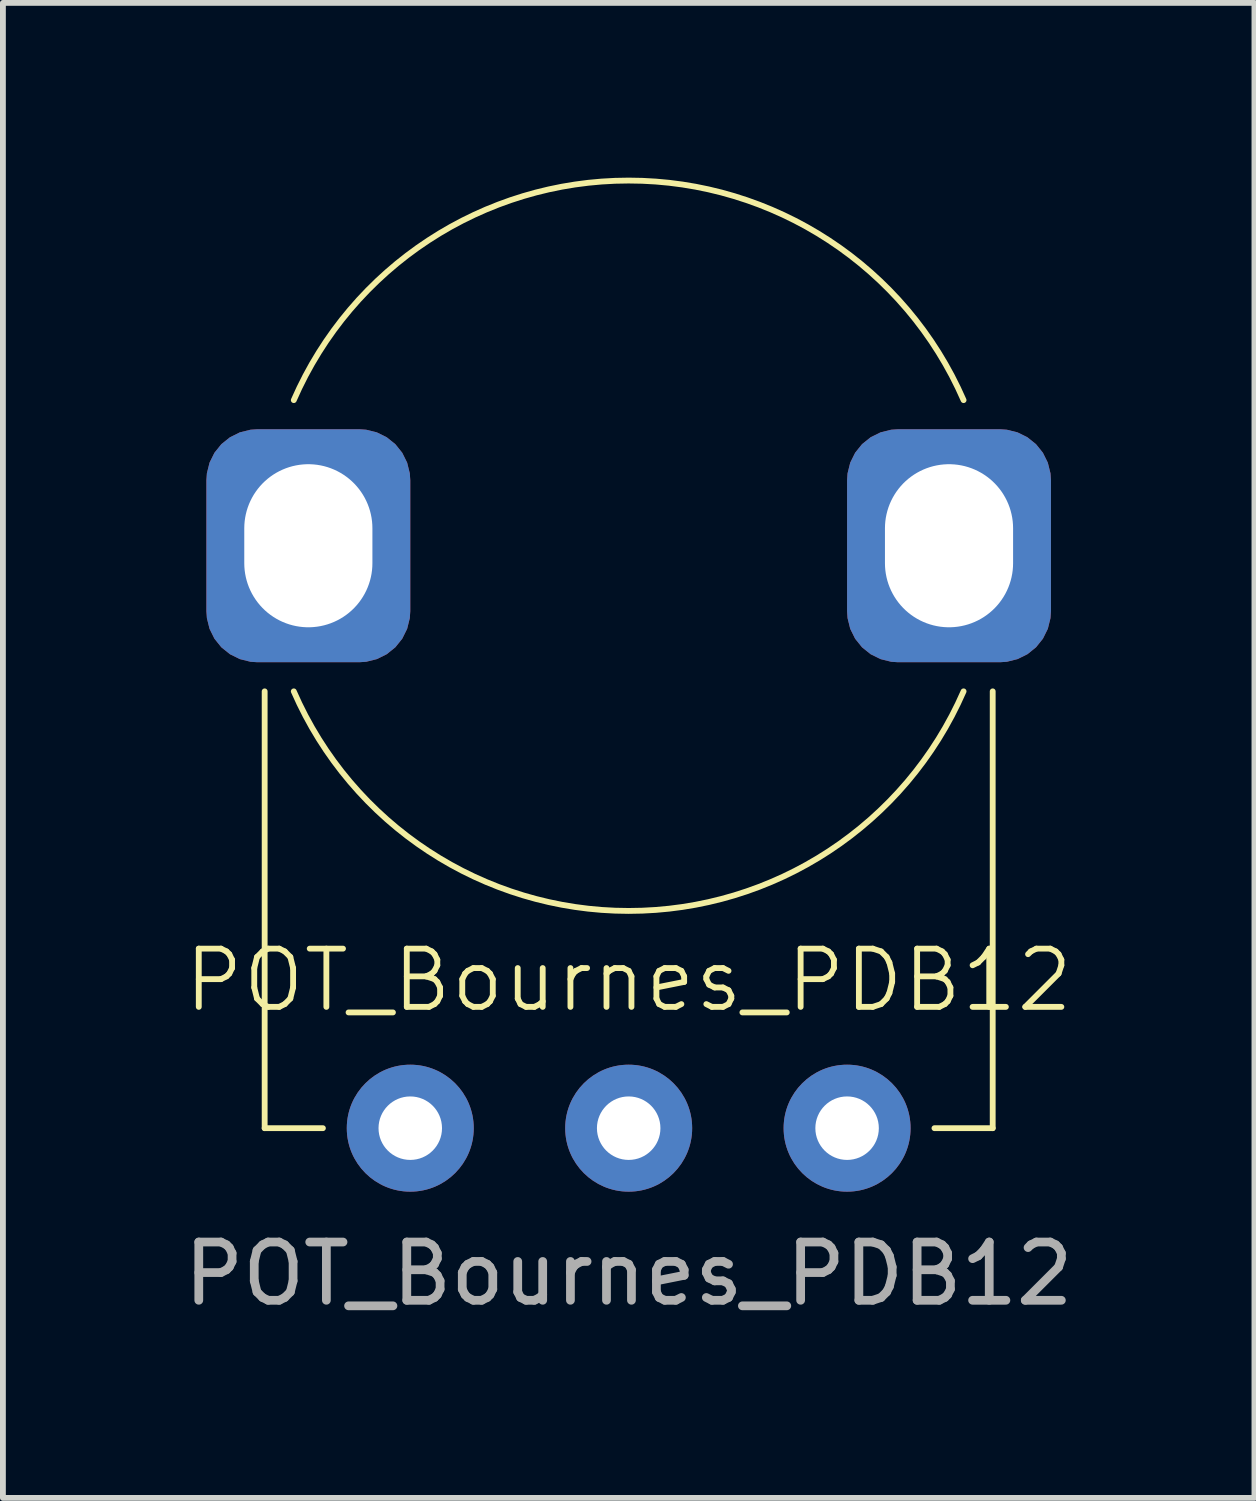
<source format=kicad_pcb>
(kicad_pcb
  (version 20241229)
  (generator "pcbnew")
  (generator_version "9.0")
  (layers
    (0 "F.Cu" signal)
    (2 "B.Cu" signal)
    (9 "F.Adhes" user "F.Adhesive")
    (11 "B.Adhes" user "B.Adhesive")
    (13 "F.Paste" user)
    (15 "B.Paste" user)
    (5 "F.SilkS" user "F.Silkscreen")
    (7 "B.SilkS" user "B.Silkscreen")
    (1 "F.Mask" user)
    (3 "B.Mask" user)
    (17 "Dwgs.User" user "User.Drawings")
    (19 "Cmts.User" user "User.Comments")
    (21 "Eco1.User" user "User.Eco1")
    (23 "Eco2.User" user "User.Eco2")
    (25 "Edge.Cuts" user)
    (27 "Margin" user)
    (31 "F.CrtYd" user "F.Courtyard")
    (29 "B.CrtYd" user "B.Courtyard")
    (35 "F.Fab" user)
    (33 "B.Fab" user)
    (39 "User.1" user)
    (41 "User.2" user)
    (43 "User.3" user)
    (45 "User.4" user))
  (footprint "POT_Bournes_PDB12"
    (layer "F.Cu")
    (at 7.744 16.32)
    (property "Reference" "POT_Bournes_PDB12" (at 0 -2.54 0) (unlocked yes) (layer "F.SilkS") (effects (font (size 1 1) (thickness 0.1))))
    (attr through_hole)
    (fp_line (start -6.25 0) (end -6.25 -7.5) (stroke (width 0.1) (type default)) (layer "F.SilkS"))
    (fp_line (start -5.25 0) (end -6.25 0) (stroke (width 0.1) (type default)) (layer "F.SilkS"))
    (fp_line (start 5.25 0) (end 6.25 0) (stroke (width 0.1) (type default)) (layer "F.SilkS"))
    (fp_line (start 6.25 0) (end 6.25 -7.5) (stroke (width 0.1) (type default)) (layer "F.SilkS"))
    (fp_arc (start -5.75 -12.5) (mid 0 -16.269968) (end 5.75 -12.5) (stroke (width 0.1) (type default)) (layer "F.SilkS"))
    (fp_arc (start 5.75 -7.5) (mid 0 -3.730032) (end -5.75 -7.5) (stroke (width 0.1) (type default)) (layer "F.SilkS"))
    (fp_text user "${REFERENCE}" (at 0 2.5 0) (unlocked yes) (layer "F.Fab") (effects (font (size 1 1) (thickness 0.15))))
    (pad "" thru_hole roundrect (at -5.5 -10) (size 3.5 4) (drill oval 2.2 2.8) (layers "*.Cu" "*.Mask") (roundrect_rratio 0.25))
    (pad "" thru_hole roundrect (at 5.5 -10) (size 3.5 4) (drill oval 2.2 2.8) (layers "*.Cu" "*.Mask") (roundrect_rratio 0.25))
    (pad "1" thru_hole circle (at -3.75 0) (size 2.18 2.18) (drill 1.09) (layers "*.Cu" "*.Mask"))
    (pad "2" thru_hole circle (at 0 0) (size 2.18 2.18) (drill 1.09) (layers "*.Cu" "*.Mask"))
    (pad "3" thru_hole circle (at 3.75 0) (size 2.18 2.18) (drill 1.09) (layers "*.Cu" "*.Mask")))
  (gr_rect
    (start -3 -3)
    (end 18.488 22.668)
    (stroke (width 0.1) (type default))
    (fill no)
    (layer "Edge.Cuts")))
</source>
